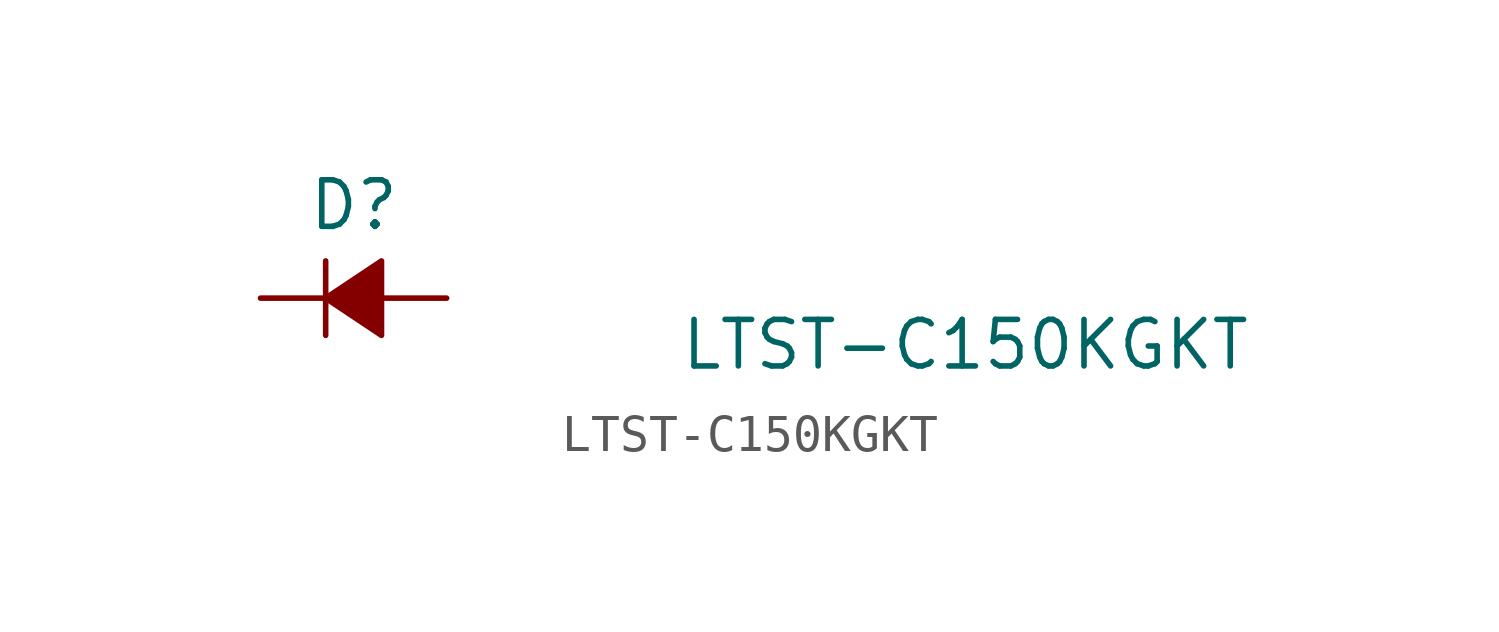
<source format=kicad_sym>
(kicad_symbol_lib
  (version 20210619)
  (generator kicad_symbol_editor)
  (symbol "LTST-C150KGKT"
    (pin_numbers hide)
    (pin_names
      (offset 0.254) hide)
    (property "Reference" "D"
      (at -1.27 2.54 0)
      (effects (font (size 1.27 1.27)) (justify left)))
    (property "Value" "LTST-C150KGKT"
      (at 8.89 -1.27 0)
      (effects (font (size 1.27 1.27)) (justify left)))
    (symbol "LTST-C150KGKT_0_1"
      (polyline (pts (xy -0.762 -1.016) (xy -0.762 1.016)) (stroke (width 0)) (fill (type none)))
      (polyline (pts (xy -0.762 0) (xy 0.762 0)) (stroke (width 0)) (fill (type none)))
      (polyline (pts (xy 0.762 -1.016) (xy -0.762 0) (xy 0.762 1.016) (xy 0.762 -1.016)) (stroke (width 0)) (fill (type outline))))
    (symbol "LTST-C150KGKT_1_1"
      (pin passive line (at -2.54 0 0) (length 1.778) (name "K" (effects (font (size 1.27 1.27)))) (number "1" (effects (font (size 1.27 1.27)))))
      (pin passive line (at 2.54 0 180) (length 1.778) (name "A" (effects (font (size 1.27 1.27)))) (number "2" (effects (font (size 1.27 1.27))))))))
</source>
